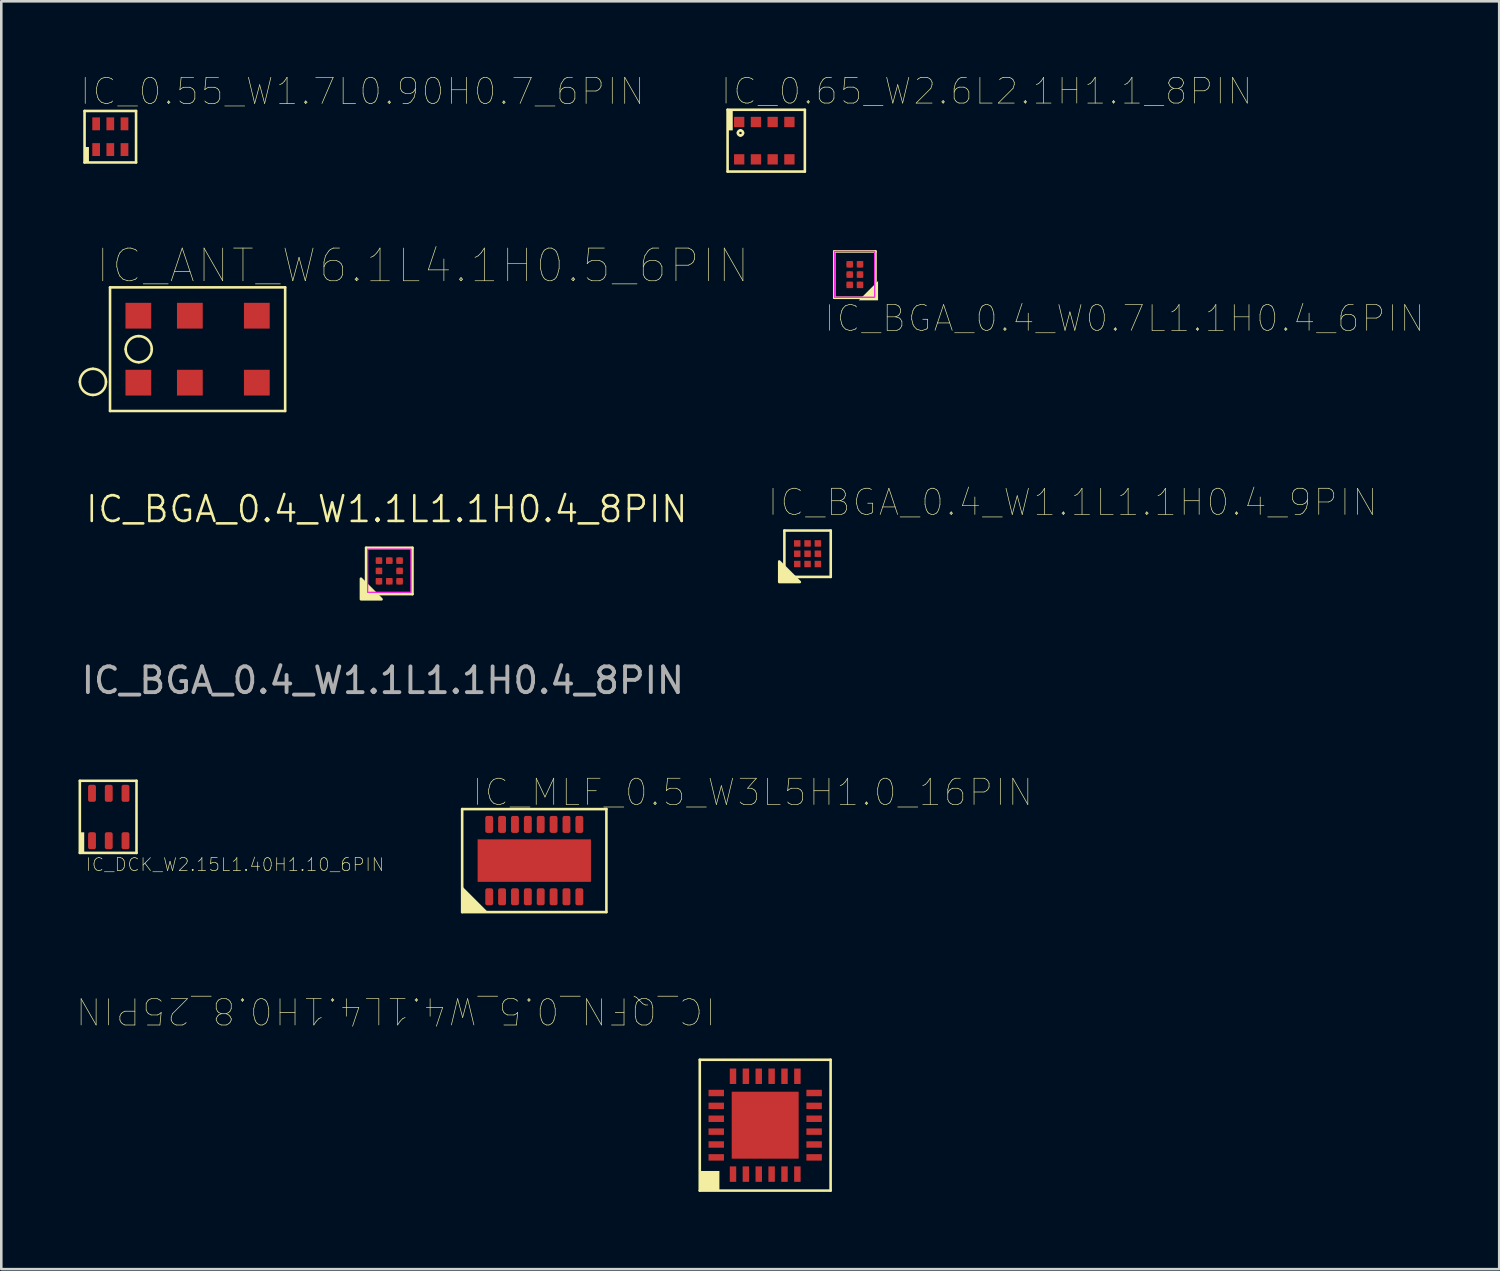
<source format=kicad_pcb>
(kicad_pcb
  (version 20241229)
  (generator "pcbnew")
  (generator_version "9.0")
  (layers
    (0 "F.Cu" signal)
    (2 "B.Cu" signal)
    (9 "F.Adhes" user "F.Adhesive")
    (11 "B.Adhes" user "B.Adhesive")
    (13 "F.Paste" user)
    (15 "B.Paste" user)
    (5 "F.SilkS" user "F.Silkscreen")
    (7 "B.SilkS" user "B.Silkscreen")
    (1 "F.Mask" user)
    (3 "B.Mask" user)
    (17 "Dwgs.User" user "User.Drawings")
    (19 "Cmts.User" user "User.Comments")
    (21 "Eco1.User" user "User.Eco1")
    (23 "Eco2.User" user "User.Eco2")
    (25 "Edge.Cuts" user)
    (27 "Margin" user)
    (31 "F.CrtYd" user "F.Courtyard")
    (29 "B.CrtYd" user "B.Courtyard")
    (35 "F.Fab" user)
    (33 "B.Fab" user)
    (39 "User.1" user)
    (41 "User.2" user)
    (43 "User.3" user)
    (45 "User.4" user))
  (footprint "IC_MLF_0.5_W3L5H1.0_16PIN"
    (layer "F.Cu")
    (at 17.695 30.365)
    (property "Reference" "IC_MLF_0.5_W3L5H1.0_16PIN" (at -2.467 -2.052 0) (unlocked yes) (layer "F.SilkS") (effects (font (size 1.02 1.02) (thickness 0.025)) (justify left bottom)))
    (fp_line (start -2.8 2) (end -2.8 -2) (stroke (width 0.1) (type solid)) (layer "F.SilkS"))
    (fp_line (start 2.8 -2) (end -2.8 -2) (stroke (width 0.1) (type solid)) (layer "F.SilkS"))
    (fp_line (start 2.8 2) (end -2.8 2) (stroke (width 0.1) (type solid)) (layer "F.SilkS"))
    (fp_line (start 2.8 2) (end 2.8 -2) (stroke (width 0.1) (type solid)) (layer "F.SilkS"))
    (fp_poly (pts (xy -2.8 2) (xy -2.8 1) (xy -1.8 2)) (stroke (width 0) (type default)) (fill yes) (layer "F.SilkS"))
    (pad "1" smd roundrect (at -1.75 1.405 90) (size 0.66 0.305) (layers "F.Cu" "F.Mask" "F.Paste") (roundrect_rratio 0.25))
    (pad "2" smd roundrect (at -1.25 1.405 90) (size 0.66 0.305) (layers "F.Cu" "F.Mask" "F.Paste") (roundrect_rratio 0.25))
    (pad "3" smd roundrect (at -0.75 1.405 90) (size 0.66 0.305) (layers "F.Cu" "F.Mask" "F.Paste") (roundrect_rratio 0.25))
    (pad "4" smd roundrect (at -0.25 1.405 90) (size 0.66 0.305) (layers "F.Cu" "F.Mask" "F.Paste") (roundrect_rratio 0.25))
    (pad "5" smd roundrect (at 0.25 1.405 90) (size 0.66 0.305) (layers "F.Cu" "F.Mask" "F.Paste") (roundrect_rratio 0.25))
    (pad "6" smd roundrect (at 0.75 1.405 90) (size 0.66 0.305) (layers "F.Cu" "F.Mask" "F.Paste") (roundrect_rratio 0.25))
    (pad "7" smd roundrect (at 1.25 1.405 90) (size 0.66 0.305) (layers "F.Cu" "F.Mask" "F.Paste") (roundrect_rratio 0.25))
    (pad "8" smd roundrect (at 1.75 1.405 90) (size 0.66 0.305) (layers "F.Cu" "F.Mask" "F.Paste") (roundrect_rratio 0.25))
    (pad "9" smd roundrect (at 1.75 -1.405 270) (size 0.66 0.305) (layers "F.Cu" "F.Mask" "F.Paste") (roundrect_rratio 0.25))
    (pad "10" smd roundrect (at 1.25 -1.405 270) (size 0.66 0.305) (layers "F.Cu" "F.Mask" "F.Paste") (roundrect_rratio 0.25))
    (pad "11" smd roundrect (at 0.75 -1.405 270) (size 0.66 0.305) (layers "F.Cu" "F.Mask" "F.Paste") (roundrect_rratio 0.25))
    (pad "12" smd roundrect (at 0.25 -1.405 270) (size 0.66 0.305) (layers "F.Cu" "F.Mask" "F.Paste") (roundrect_rratio 0.25))
    (pad "13" smd roundrect (at -0.25 -1.405 270) (size 0.66 0.305) (layers "F.Cu" "F.Mask" "F.Paste") (roundrect_rratio 0.25))
    (pad "14" smd roundrect (at -0.75 -1.405 270) (size 0.66 0.305) (layers "F.Cu" "F.Mask" "F.Paste") (roundrect_rratio 0.25))
    (pad "15" smd roundrect (at -1.25 -1.405 270) (size 0.66 0.305) (layers "F.Cu" "F.Mask" "F.Paste") (roundrect_rratio 0.25))
    (pad "16" smd roundrect (at -1.75 -1.405 270) (size 0.66 0.305) (layers "F.Cu" "F.Mask" "F.Paste") (roundrect_rratio 0.25))
    (pad "17" smd rect (at 0 0) (size 4.4 1.65) (layers "F.Cu" "F.Mask" "F.Paste")))
  (footprint "IC_0.65_W2.6L2.1H1.1_8PIN"
    (layer "F.Cu")
    (at 26.701 2.412)
    (property "Reference" "IC_0.65_W2.6L2.1H1.1_8PIN" (at -1.815 -1.336 0) (unlocked yes) (layer "F.SilkS") (effects (font (size 1 1) (thickness 0.025)) (justify left bottom)))
    (fp_line (start -1.5 1.2) (end -1.5 -1.2) (stroke (width 0.1) (type solid)) (layer "F.SilkS"))
    (fp_line (start 1.5 -1.2) (end -1.5 -1.2) (stroke (width 0.1) (type solid)) (layer "F.SilkS"))
    (fp_line (start 1.5 1.2) (end -1.5 1.2) (stroke (width 0.1) (type solid)) (layer "F.SilkS"))
    (fp_line (start 1.5 1.2) (end 1.5 -1.2) (stroke (width 0.1) (type solid)) (layer "F.SilkS"))
    (fp_arc (start -1.1 -0.3) (mid -1.070711 -0.370711) (end -1 -0.4) (stroke (width 0.1) (type solid)) (layer "F.SilkS"))
    (fp_arc (start -1 -0.4) (mid -0.929289 -0.370711) (end -0.9 -0.3) (stroke (width 0.1) (type solid)) (layer "F.SilkS"))
    (fp_arc (start -1 -0.2) (mid -1.070711 -0.229289) (end -1.1 -0.3) (stroke (width 0.1) (type solid)) (layer "F.SilkS"))
    (fp_arc (start -0.9 -0.3) (mid -0.929289 -0.229289) (end -1 -0.2) (stroke (width 0.1) (type solid)) (layer "F.SilkS"))
    (fp_poly (pts (xy -1.5 -1.2) (xy -1.3 -1.2) (xy -1.3 -0.4) (xy -1.5 -0.4)) (stroke (width 0) (type default)) (fill yes) (layer "F.SilkS"))
    (pad "1" smd rect (at -1.05 -0.725 270) (size 0.4 0.4) (layers "F.Cu" "F.Mask" "F.Paste"))
    (pad "2" smd rect (at -0.4 -0.725 270) (size 0.4 0.4) (layers "F.Cu" "F.Mask" "F.Paste"))
    (pad "3" smd rect (at 0.25 -0.725 270) (size 0.4 0.4) (layers "F.Cu" "F.Mask" "F.Paste"))
    (pad "4" smd rect (at 0.9 -0.725 270) (size 0.4 0.4) (layers "F.Cu" "F.Mask" "F.Paste"))
    (pad "5" smd rect (at 0.9 0.725 180) (size 0.4 0.4) (layers "F.Cu" "F.Mask" "F.Paste"))
    (pad "6" smd rect (at 0.25 0.725 180) (size 0.4 0.4) (layers "F.Cu" "F.Mask" "F.Paste"))
    (pad "7" smd rect (at -0.4 0.725 270) (size 0.4 0.4) (layers "F.Cu" "F.Mask" "F.Paste"))
    (pad "8" smd rect (at -1.05 0.725 270) (size 0.4 0.4) (layers "F.Cu" "F.Mask" "F.Paste")))
  (footprint "IC_BGA_0.4_W1.1L1.1H0.4_8PIN"
    (layer "F.Cu")
    (at 12.065 19.119)
    (property "Reference" "IC_BGA_0.4_W1.1L1.1H0.4_8PIN" (at -0.1 -2.4 0) (unlocked yes) (layer "F.SilkS") (effects (font (size 1 1) (thickness 0.1))))
    (attr smd)
    (fp_line (start -0.9 -0.9) (end -0.9 0.9) (stroke (width 0.1) (type solid)) (layer "F.SilkS"))
    (fp_line (start 0.9 0.9) (end -0.9 0.9) (stroke (width 0.1) (type solid)) (layer "F.SilkS"))
    (fp_line (start 0.9 -0.9) (end -0.9 -0.9) (stroke (width 0.1) (type solid)) (layer "F.SilkS"))
    (fp_line (start 0.9 -0.9) (end 0.9 0.9) (stroke (width 0.1) (type solid)) (layer "F.SilkS"))
    (fp_poly (pts (xy -1.1 0.3) (xy -1.1 1.1) (xy -0.3 1.1)) (stroke (width 0.1) (type solid)) (fill yes) (layer "F.SilkS"))
    (fp_rect (start -0.84 -0.85) (end 0.84 0.83) (stroke (width 0.05) (type default)) (fill no) (layer "F.CrtYd"))
    (fp_text user "${REFERENCE}" (at -0.25 4.25 0) (unlocked yes) (layer "F.Fab") (effects (font (size 1 1) (thickness 0.15))))
    (pad "1" smd circle (at -0.4 0.4) (size 0.25 0.25) (layers "F.Cu" "F.Mask" "F.Paste"))
    (pad "1" smd rect (at -0.4 0.4) (size 0.25 0.25) (layers "F.Cu" "F.Mask"))
    (pad "2" smd circle (at 0 0.4) (size 0.25 0.25) (layers "F.Cu" "F.Mask" "F.Paste"))
    (pad "2" smd rect (at 0 0.4) (size 0.25 0.25) (layers "F.Cu" "F.Mask"))
    (pad "3" smd circle (at 0.4 0.4) (size 0.25 0.25) (layers "F.Cu" "F.Mask" "F.Paste"))
    (pad "3" smd rect (at 0.4 0.4) (size 0.25 0.25) (layers "F.Cu" "F.Mask"))
    (pad "4" smd circle (at 0.4 0) (size 0.25 0.25) (layers "F.Cu" "F.Mask" "F.Paste"))
    (pad "4" smd rect (at 0.4 0) (size 0.25 0.25) (layers "F.Cu" "F.Mask"))
    (pad "5" smd circle (at 0.4 -0.4) (size 0.25 0.25) (layers "F.Cu" "F.Mask" "F.Paste"))
    (pad "5" smd rect (at 0.4 -0.4) (size 0.25 0.25) (layers "F.Cu" "F.Mask"))
    (pad "6" smd circle (at 0 -0.4) (size 0.25 0.25) (layers "F.Cu" "F.Mask" "F.Paste"))
    (pad "6" smd rect (at 0 -0.4) (size 0.25 0.25) (layers "F.Cu" "F.Mask"))
    (pad "7" smd circle (at -0.4 -0.4) (size 0.25 0.25) (layers "F.Cu" "F.Mask" "F.Paste"))
    (pad "7" smd rect (at -0.4 -0.4) (size 0.25 0.25) (layers "F.Cu" "F.Mask"))
    (pad "8" smd circle (at -0.4 0) (size 0.25 0.25) (layers "F.Cu" "F.Mask" "F.Paste"))
    (pad "8" smd rect (at -0.4 0) (size 0.25 0.25) (layers "F.Cu" "F.Mask")))
  (footprint "IC_BGA_0.4_W1.1L1.1H0.4_9PIN"
    (layer "F.Cu")
    (at 28.306 18.45)
    (property "Reference" "IC_BGA_0.4_W1.1L1.1H0.4_9PIN" (at -1.6 -1.4 0) (unlocked yes) (layer "F.SilkS") (effects (font (size 1.016 1.016) (thickness 0.025)) (justify left bottom)))
    (fp_line (start -0.9 -0.9) (end -0.9 0.9) (stroke (width 0.1) (type solid)) (layer "F.SilkS"))
    (fp_line (start 0.9 0.9) (end -0.9 0.9) (stroke (width 0.1) (type solid)) (layer "F.SilkS"))
    (fp_line (start 0.9 -0.9) (end -0.9 -0.9) (stroke (width 0.1) (type solid)) (layer "F.SilkS"))
    (fp_line (start 0.9 -0.9) (end 0.9 0.9) (stroke (width 0.1) (type solid)) (layer "F.SilkS"))
    (fp_poly (pts (xy -1.1 0.3) (xy -1.1 1.1) (xy -0.3 1.1)) (stroke (width 0.1) (type solid)) (fill yes) (layer "F.SilkS"))
    (pad "1" smd rect (at -0.4 0.4) (size 0.25 0.25) (layers "F.Cu" "F.Mask" "F.Paste"))
    (pad "2" smd rect (at 0 0.4) (size 0.25 0.25) (layers "F.Cu" "F.Mask" "F.Paste"))
    (pad "3" smd rect (at 0.4 0.4) (size 0.25 0.25) (layers "F.Cu" "F.Mask" "F.Paste"))
    (pad "4" smd rect (at 0.4 -0.000007) (size 0.25 0.25) (layers "F.Cu" "F.Mask" "F.Paste"))
    (pad "5" smd rect (at 0.4 -0.4) (size 0.25 0.25) (layers "F.Cu" "F.Mask" "F.Paste"))
    (pad "6" smd rect (at -0.000007 -0.4) (size 0.25 0.25) (layers "F.Cu" "F.Mask" "F.Paste"))
    (pad "7" smd rect (at -0.4 -0.4) (size 0.25 0.25) (layers "F.Cu" "F.Mask" "F.Paste"))
    (pad "8" smd rect (at -0.4 -0.000007) (size 0.25 0.25) (layers "F.Cu" "F.Mask" "F.Paste"))
    (pad "9" smd rect (at 0 0) (size 0.25 0.25) (layers "F.Cu" "F.Mask" "F.Paste")))
  (footprint "IC_QFN_0.5_W4.1L4.1H0.8_25PIN"
    (layer "F.Cu")
    (at 26.661 40.639)
    (property "Reference" "IC_QFN_0.5_W4.1L4.1H0.8_25PIN" (at -1.871 -5.037 180) (unlocked yes) (layer "F.SilkS") (effects (font (size 1.02 1.02) (thickness 0.025)) (justify left bottom)))
    (fp_line (start -2.54 -2.54) (end -2.54 2.54) (stroke (width 0.1) (type solid)) (layer "F.SilkS"))
    (fp_line (start 2.54 -2.54) (end -2.54 -2.54) (stroke (width 0.1) (type solid)) (layer "F.SilkS"))
    (fp_line (start 2.54 -2.54) (end 2.54 2.54) (stroke (width 0.1) (type solid)) (layer "F.SilkS"))
    (fp_line (start 2.54 2.54) (end -2.54 2.54) (stroke (width 0.1) (type solid)) (layer "F.SilkS"))
    (fp_poly (pts (xy -2.54 2.54) (xy -1.778 2.54) (xy -1.778 1.778) (xy -2.54 1.778)) (stroke (width 0) (type default)) (fill yes) (layer "F.SilkS"))
    (pad "1" smd rect (at -1.25 1.9 90) (size 0.6 0.25) (layers "F.Cu" "F.Mask" "F.Paste"))
    (pad "2" smd rect (at -0.75 1.9 90) (size 0.6 0.25) (layers "F.Cu" "F.Mask" "F.Paste"))
    (pad "3" smd rect (at -0.25 1.9 90) (size 0.6 0.25) (layers "F.Cu" "F.Mask" "F.Paste"))
    (pad "4" smd rect (at 0.25 1.9 90) (size 0.6 0.25) (layers "F.Cu" "F.Mask" "F.Paste"))
    (pad "5" smd rect (at 0.75 1.9 90) (size 0.6 0.25) (layers "F.Cu" "F.Mask" "F.Paste"))
    (pad "6" smd rect (at 1.25 1.9 90) (size 0.6 0.25) (layers "F.Cu" "F.Mask" "F.Paste"))
    (pad "7" smd rect (at 1.9 1.25 180) (size 0.6 0.25) (layers "F.Cu" "F.Mask" "F.Paste"))
    (pad "8" smd rect (at 1.9 0.75 180) (size 0.6 0.25) (layers "F.Cu" "F.Mask" "F.Paste"))
    (pad "9" smd rect (at 1.9 0.25 180) (size 0.6 0.25) (layers "F.Cu" "F.Mask" "F.Paste"))
    (pad "10" smd rect (at 1.9 -0.25 180) (size 0.6 0.25) (layers "F.Cu" "F.Mask" "F.Paste"))
    (pad "11" smd rect (at 1.9 -0.75 180) (size 0.6 0.25) (layers "F.Cu" "F.Mask" "F.Paste"))
    (pad "12" smd rect (at 1.9 -1.25 180) (size 0.6 0.25) (layers "F.Cu" "F.Mask" "F.Paste"))
    (pad "13" smd rect (at 1.25 -1.9 270) (size 0.6 0.25) (layers "F.Cu" "F.Mask" "F.Paste"))
    (pad "14" smd rect (at 0.75 -1.9 270) (size 0.6 0.25) (layers "F.Cu" "F.Mask" "F.Paste"))
    (pad "15" smd rect (at 0.25 -1.9 270) (size 0.6 0.25) (layers "F.Cu" "F.Mask" "F.Paste"))
    (pad "16" smd rect (at -0.25 -1.9 270) (size 0.6 0.25) (layers "F.Cu" "F.Mask" "F.Paste"))
    (pad "17" smd rect (at -0.75 -1.9 270) (size 0.6 0.25) (layers "F.Cu" "F.Mask" "F.Paste"))
    (pad "18" smd rect (at -1.25 -1.9 270) (size 0.6 0.25) (layers "F.Cu" "F.Mask" "F.Paste"))
    (pad "19" smd rect (at -1.9 -1.25) (size 0.6 0.25) (layers "F.Cu" "F.Mask" "F.Paste"))
    (pad "20" smd rect (at -1.9 -0.75) (size 0.6 0.25) (layers "F.Cu" "F.Mask" "F.Paste"))
    (pad "21" smd rect (at -1.9 -0.25) (size 0.6 0.25) (layers "F.Cu" "F.Mask" "F.Paste"))
    (pad "22" smd rect (at -1.9 0.25) (size 0.6 0.25) (layers "F.Cu" "F.Mask" "F.Paste"))
    (pad "23" smd rect (at -1.9 0.75) (size 0.6 0.25) (layers "F.Cu" "F.Mask" "F.Paste"))
    (pad "24" smd rect (at -1.9 1.25) (size 0.6 0.25) (layers "F.Cu" "F.Mask" "F.Paste"))
    (pad "25" smd rect (at 0 0) (size 2.6 2.6) (layers "F.Cu" "F.Mask" "F.Paste")))
  (footprint "IC_BGA_0.4_W0.7L1.1H0.4_6PIN"
    (layer "F.Cu")
    (at 30.143 7.612)
    (property "Reference" "IC_BGA_0.4_W0.7L1.1H0.4_6PIN" (at -1.238 2.287 0) (unlocked yes) (layer "F.SilkS") (effects (font (size 1 1) (thickness 0.025)) (justify left bottom)))
    (fp_line (start -0.8 0.9) (end -0.8 -0.9) (stroke (width 0.1) (type solid)) (layer "F.SilkS"))
    (fp_line (start 0.8 -0.9) (end -0.8 -0.9) (stroke (width 0.1) (type solid)) (layer "F.SilkS"))
    (fp_line (start 0.8 0.9) (end -0.8 0.9) (stroke (width 0.1) (type solid)) (layer "F.SilkS"))
    (fp_line (start 0.8 0.9) (end 0.8 -0.9) (stroke (width 0.1) (type solid)) (layer "F.SilkS"))
    (fp_poly (pts (xy 0.9 0.25) (xy 0.9 1) (xy 0.15 1)) (stroke (width 0) (type default)) (fill yes) (layer "F.SilkS"))
    (fp_rect (start -0.79 -0.9) (end 0.77 0.88) (stroke (width 0.05) (type default)) (fill no) (layer "F.CrtYd"))
    (pad "1" smd circle (at 0.2 0.4) (size 0.25 0.25) (layers "F.Cu" "F.Mask" "F.Paste"))
    (pad "1" smd rect (at 0.2 0.4) (size 0.25 0.25) (layers "F.Cu" "F.Mask"))
    (pad "2" smd circle (at 0.2 0) (size 0.25 0.25) (layers "F.Cu" "F.Mask" "F.Paste"))
    (pad "2" smd rect (at 0.2 0) (size 0.25 0.25) (layers "F.Cu" "F.Mask"))
    (pad "3" smd circle (at 0.2 -0.4) (size 0.25 0.25) (layers "F.Cu" "F.Mask" "F.Paste"))
    (pad "3" smd rect (at 0.2 -0.4) (size 0.25 0.25) (layers "F.Cu" "F.Mask"))
    (pad "4" smd circle (at -0.2 -0.4) (size 0.25 0.25) (layers "F.Cu" "F.Mask" "F.Paste"))
    (pad "4" smd rect (at -0.2 -0.4) (size 0.25 0.25) (layers "F.Cu" "F.Mask"))
    (pad "5" smd circle (at -0.2 0) (size 0.25 0.25) (layers "F.Cu" "F.Mask" "F.Paste"))
    (pad "5" smd rect (at -0.2 0) (size 0.25 0.25) (layers "F.Cu" "F.Mask"))
    (pad "6" smd circle (at -0.2 0.4) (size 0.25 0.25) (layers "F.Cu" "F.Mask" "F.Paste"))
    (pad "6" smd rect (at -0.2 0.4) (size 0.25 0.25) (layers "F.Cu" "F.Mask")))
  (footprint "IC_DCK_W2.15L1.40H1.10_6PIN"
    (layer "F.Cu")
    (at 1.15 28.667)
    (property "Reference" "IC_DCK_W2.15L1.40H1.10_6PIN" (at -0.9 2.147 0) (unlocked yes) (layer "F.SilkS") (effects (font (size 0.5 0.5) (thickness 0.025)) (justify left bottom)))
    (fp_line (start -1.1 1.4) (end -1.1 -1.4) (stroke (width 0.1) (type solid)) (layer "F.SilkS"))
    (fp_line (start 1.1 -1.4) (end -1.1 -1.4) (stroke (width 0.1) (type solid)) (layer "F.SilkS"))
    (fp_line (start 1.1 1.4) (end -1.1 1.4) (stroke (width 0.1) (type solid)) (layer "F.SilkS"))
    (fp_line (start 1.1 1.4) (end 1.1 -1.4) (stroke (width 0.1) (type solid)) (layer "F.SilkS"))
    (fp_poly (pts (xy -1.1 0.6) (xy -0.93 0.6) (xy -0.93 1.4) (xy -1.1 1.4)) (stroke (width 0) (type default)) (fill yes) (layer "F.SilkS"))
    (pad "1" smd roundrect (at -0.627 0.926 270) (size 0.66 0.305) (layers "F.Cu" "F.Mask" "F.Paste") (roundrect_rratio 0.25))
    (pad "2" smd roundrect (at 0.023 0.926 270) (size 0.66 0.305) (layers "F.Cu" "F.Mask" "F.Paste") (roundrect_rratio 0.25))
    (pad "3" smd roundrect (at 0.673 0.926 270) (size 0.66 0.305) (layers "F.Cu" "F.Mask" "F.Paste") (roundrect_rratio 0.25))
    (pad "4" smd roundrect (at 0.673 -0.914 270) (size 0.66 0.305) (layers "F.Cu" "F.Mask" "F.Paste") (roundrect_rratio 0.25))
    (pad "5" smd roundrect (at 0.023 -0.914 270) (size 0.66 0.305) (layers "F.Cu" "F.Mask" "F.Paste") (roundrect_rratio 0.25))
    (pad "6" smd roundrect (at -0.627 -0.914 270) (size 0.66 0.305) (layers "F.Cu" "F.Mask" "F.Paste") (roundrect_rratio 0.25)))
  (footprint "IC_0.55_W1.7L0.90H0.7_6PIN"
    (layer "F.Cu")
    (at 1.233 2.258)
    (property "Reference" "IC_0.55_W1.7L0.90H0.7_6PIN" (at -1.233 -1.165 0) (unlocked yes) (layer "F.SilkS") (effects (font (size 1.016 1.016) (thickness 0.025)) (justify left bottom)))
    (fp_line (start -1 -1) (end -1 1) (stroke (width 0.1) (type solid)) (layer "F.SilkS"))
    (fp_line (start 1 -1) (end -1 -1) (stroke (width 0.1) (type solid)) (layer "F.SilkS"))
    (fp_line (start 1 -1) (end 1 1) (stroke (width 0.1) (type solid)) (layer "F.SilkS"))
    (fp_line (start 1 1) (end -1 1) (stroke (width 0.1) (type solid)) (layer "F.SilkS"))
    (fp_poly (pts (xy -0.83 0.4) (xy -1 0.4) (xy -1 1) (xy -0.83 1)) (stroke (width 0) (type default)) (fill yes) (layer "F.SilkS"))
    (pad "1" smd rect (at -0.55 0.5) (size 0.3 0.5) (layers "F.Cu" "F.Mask" "F.Paste"))
    (pad "2" smd rect (at 0 0.5) (size 0.3 0.5) (layers "F.Cu" "F.Mask" "F.Paste"))
    (pad "3" smd rect (at 0.55 0.5) (size 0.3 0.5) (layers "F.Cu" "F.Mask" "F.Paste"))
    (pad "4" smd rect (at 0.55 -0.5) (size 0.3 0.5) (layers "F.Cu" "F.Mask" "F.Paste"))
    (pad "5" smd rect (at 0 -0.5) (size 0.3 0.5) (layers "F.Cu" "F.Mask" "F.Paste"))
    (pad "6" smd rect (at -0.55 -0.5) (size 0.3 0.5) (layers "F.Cu" "F.Mask" "F.Paste")))
  (footprint "IC_ANT_W6.1L4.1H0.5_6PIN"
    (layer "F.Cu")
    (at 4.622 10.508)
    (property "Reference" "IC_ANT_W6.1L4.1H0.5_6PIN" (at -4 -2.5 0) (unlocked yes) (layer "F.SilkS") (effects (font (size 1.27 1.27) (thickness 0.025)) (justify left bottom)))
    (fp_line (start -3.4 -2.4) (end 3.4 -2.4) (stroke (width 0.1) (type solid)) (layer "F.SilkS"))
    (fp_line (start -3.4 2.4) (end -3.4 -2.4) (stroke (width 0.1) (type solid)) (layer "F.SilkS"))
    (fp_line (start -3.4 2.4) (end 3.4 2.4) (stroke (width 0.1) (type solid)) (layer "F.SilkS"))
    (fp_line (start 3.4 2.4) (end 3.4 -2.4) (stroke (width 0.1) (type solid)) (layer "F.SilkS"))
    (fp_arc (start -4.572 1.27) (mid -4.42321 0.91079) (end -4.064 0.762) (stroke (width 0.1) (type solid)) (layer "F.SilkS"))
    (fp_arc (start -4.064 0.762) (mid -3.70479 0.91079) (end -3.556 1.27) (stroke (width 0.1) (type solid)) (layer "F.SilkS"))
    (fp_arc (start -4.064 1.778) (mid -4.42321 1.62921) (end -4.572 1.27) (stroke (width 0.1) (type solid)) (layer "F.SilkS"))
    (fp_arc (start -3.556 1.27) (mid -3.70479 1.62921) (end -4.064 1.778) (stroke (width 0.1) (type solid)) (layer "F.SilkS"))
    (fp_arc (start -2.794 0) (mid -2.64521 -0.35921) (end -2.286 -0.508) (stroke (width 0.1) (type solid)) (layer "F.SilkS"))
    (fp_arc (start -2.286 -0.508) (mid -1.92679 -0.35921) (end -1.778 0) (stroke (width 0.1) (type solid)) (layer "F.SilkS"))
    (fp_arc (start -2.286 0.508) (mid -2.64521 0.35921) (end -2.794 0) (stroke (width 0.1) (type solid)) (layer "F.SilkS"))
    (fp_arc (start -1.778 0) (mid -1.92679 0.35921) (end -2.286 0.508) (stroke (width 0.1) (type solid)) (layer "F.SilkS"))
    (pad "1" smd rect (at -2.3 1.3 90) (size 1 1) (layers "F.Cu" "F.Mask" "F.Paste"))
    (pad "2" smd rect (at -0.3 1.3) (size 1 1) (layers "F.Cu" "F.Mask" "F.Paste"))
    (pad "3" smd rect (at 2.3 1.3) (size 1 1) (layers "F.Cu" "F.Mask" "F.Paste"))
    (pad "4" smd rect (at 2.3 -1.3) (size 1 1) (layers "F.Cu" "F.Mask" "F.Paste"))
    (pad "5" smd rect (at -0.3 -1.3) (size 1 1) (layers "F.Cu" "F.Mask" "F.Paste"))
    (pad "6" smd rect (at -2.3 -1.3) (size 1 1) (layers "F.Cu" "F.Mask" "F.Paste")))
  (gr_rect
    (start -3 -3)
    (end 55.162 46.229)
    (stroke (width 0.1) (type default))
    (fill no)
    (layer "Edge.Cuts")))
</source>
